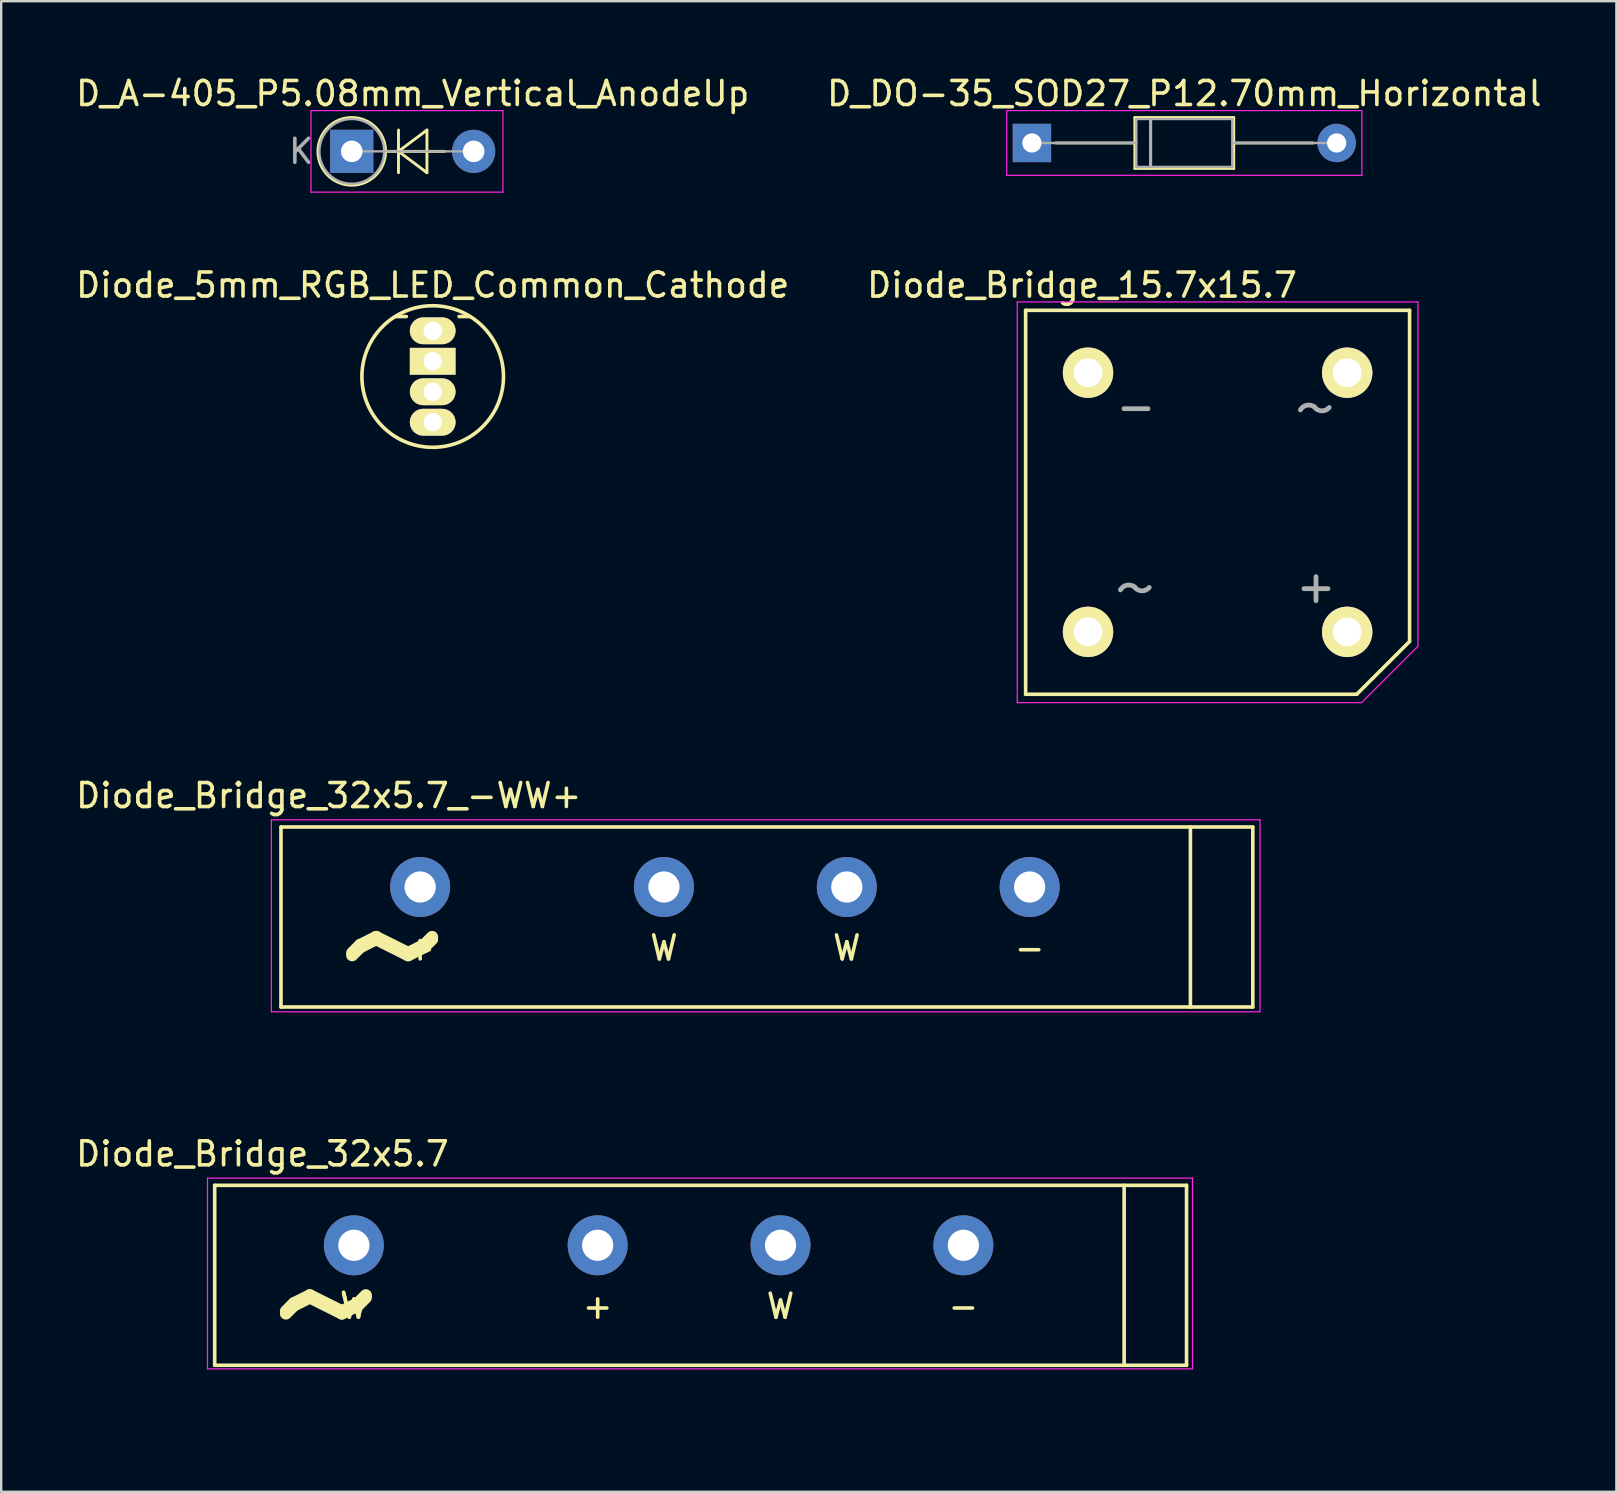
<source format=kicad_pcb>
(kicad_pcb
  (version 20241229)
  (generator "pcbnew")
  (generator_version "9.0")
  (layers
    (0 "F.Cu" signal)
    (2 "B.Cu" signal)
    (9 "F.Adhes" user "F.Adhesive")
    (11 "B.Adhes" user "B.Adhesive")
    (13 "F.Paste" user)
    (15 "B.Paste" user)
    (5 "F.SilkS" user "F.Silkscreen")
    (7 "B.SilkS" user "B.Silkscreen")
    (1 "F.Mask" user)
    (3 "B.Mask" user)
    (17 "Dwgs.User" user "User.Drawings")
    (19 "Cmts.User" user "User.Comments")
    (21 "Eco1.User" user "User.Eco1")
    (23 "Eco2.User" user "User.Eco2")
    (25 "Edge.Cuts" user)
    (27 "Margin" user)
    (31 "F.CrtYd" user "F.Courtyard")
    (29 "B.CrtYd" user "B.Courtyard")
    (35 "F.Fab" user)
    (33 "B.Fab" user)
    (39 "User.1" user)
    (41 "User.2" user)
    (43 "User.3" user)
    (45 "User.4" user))
  (footprint "Diode_Bridge_32x5.7_-WW+"
    (layer "F.Cu")
    (at 39.859 33.915)
    (property "Reference" "Diode_Bridge_32x5.7_-WW+" (at -29.21 -3.81 0) (layer "F.SilkS") (effects (font (size 1 1) (thickness 0.15))))
    (attr through_hole)
    (fp_line (start -31.2 -2.5) (end 9.3 -2.5) (stroke (width 0.15) (type solid)) (layer "F.SilkS"))
    (fp_line (start -31.2 5) (end -31.2 -2.5) (stroke (width 0.15) (type solid)) (layer "F.SilkS"))
    (fp_line (start 6.7 -2.5) (end 6.7 5) (stroke (width 0.15) (type solid)) (layer "F.SilkS"))
    (fp_line (start 9.3 -2.5) (end 9.3 5) (stroke (width 0.15) (type solid)) (layer "F.SilkS"))
    (fp_line (start 9.3 5) (end -31.2 5) (stroke (width 0.15) (type solid)) (layer "F.SilkS"))
    (fp_line (start -31.6 -2.8) (end 9.6 -2.8) (stroke (width 0.05) (type solid)) (layer "F.CrtYd"))
    (fp_line (start -31.6 5.2) (end -31.6 -2.8) (stroke (width 0.05) (type solid)) (layer "F.CrtYd"))
    (fp_line (start 9.6 -2.8) (end 9.6 5.2) (stroke (width 0.05) (type solid)) (layer "F.CrtYd"))
    (fp_line (start 9.6 5.2) (end -31.6 5.2) (stroke (width 0.05) (type solid)) (layer "F.CrtYd"))
    (fp_text user "W" (at -7.62 2.54 0) (layer "F.SilkS") (effects (font (size 1 1) (thickness 0.15))))
    (fp_text user "-" (at 0 2.54 0) (layer "F.SilkS") (effects (font (size 1 1) (thickness 0.15))))
    (fp_text user "W" (at -15.24 2.54 0) (layer "F.SilkS") (effects (font (size 1 1) (thickness 0.15))))
    (fp_text user "+" (at -25.4 2.54 0) (layer "F.SilkS") (effects (font (size 1 1) (thickness 0.15))))
    (fp_text user "~" (at -26.4 2.3 0) (layer "F.SilkS") (effects (font (size 7 7) (thickness 0.5))))
    (fp_text user "~" (at -26.4 2.2 0) (layer "F.SilkS") (effects (font (size 7 7) (thickness 0.5))))
    (pad "1" thru_hole circle (at 0 0) (size 2.5 2.5) (drill 1.3) (layers "*.Cu" "*.Mask"))
    (pad "2" thru_hole circle (at -15.24 0) (size 2.5 2.5) (drill 1.3) (layers "*.Cu" "*.Mask"))
    (pad "3" thru_hole circle (at -25.4 0) (size 2.5 2.5) (drill 1.3) (layers "*.Cu" "*.Mask"))
    (pad "4" thru_hole circle (at -7.62 0) (size 2.5 2.5) (drill 1.3) (layers "*.Cu" "*.Mask")))
  (footprint "Diode_Bridge_15.7x15.7"
    (layer "F.Cu")
    (at 42.292 12.482)
    (property "Reference" "Diode_Bridge_15.7x15.7" (at -0.25 -3.65 0) (layer "F.SilkS") (effects (font (size 1 1) (thickness 0.15))))
    (attr through_hole)
    (fp_line (start -2.6 -2.6) (end 13.4 -2.6) (stroke (width 0.15) (type solid)) (layer "F.SilkS"))
    (fp_line (start -2.6 13.4) (end -2.6 -2.6) (stroke (width 0.15) (type solid)) (layer "F.SilkS"))
    (fp_line (start 11.2 13.4) (end -2.6 13.4) (stroke (width 0.15) (type solid)) (layer "F.SilkS"))
    (fp_line (start 13.4 -2.6) (end 13.4 11.2) (stroke (width 0.15) (type solid)) (layer "F.SilkS"))
    (fp_line (start 13.4 11.2) (end 11.2 13.4) (stroke (width 0.15) (type solid)) (layer "F.SilkS"))
    (fp_line (start -2.95 -2.95) (end 13.75 -2.95) (stroke (width 0.05) (type solid)) (layer "F.CrtYd"))
    (fp_line (start -2.95 13.75) (end -2.95 -2.95) (stroke (width 0.05) (type solid)) (layer "F.CrtYd"))
    (fp_line (start 11.4 13.75) (end -2.95 13.75) (stroke (width 0.05) (type solid)) (layer "F.CrtYd"))
    (fp_line (start 13.75 -2.95) (end 13.75 11.4) (stroke (width 0.05) (type solid)) (layer "F.CrtYd"))
    (fp_line (start 13.75 11.4) (end 11.4 13.75) (stroke (width 0.05) (type solid)) (layer "F.CrtYd"))
    (fp_line (start 2.5 1.5) (end 1.5 1.5) (stroke (width 0.2) (type solid)) (layer "F.Fab"))
    (fp_line (start 9 9) (end 10 9) (stroke (width 0.2) (type solid)) (layer "F.Fab"))
    (fp_line (start 9.5 8.5) (end 9.5 9.5) (stroke (width 0.2) (type solid)) (layer "F.Fab"))
    (fp_arc (start 1.35 9.05) (mid 1.628233 8.853327) (end 1.957738 8.940047) (stroke (width 0.2) (type solid)) (layer "F.Fab"))
    (fp_arc (start 2.55 8.95) (mid 2.251325 9.09051) (end 1.951704 8.95203) (stroke (width 0.2) (type solid)) (layer "F.Fab"))
    (fp_arc (start 8.85 1.55) (mid 9.128233 1.353327) (end 9.457738 1.440047) (stroke (width 0.2) (type solid)) (layer "F.Fab"))
    (fp_arc (start 10.05 1.45) (mid 9.751325 1.59051) (end 9.451704 1.45203) (stroke (width 0.2) (type solid)) (layer "F.Fab"))
    (pad "1" thru_hole circle (at 0 0) (size 2.1 2.1) (drill 1.2) (layers "*.Cu" "*.Mask" "F.SilkS"))
    (pad "2" thru_hole circle (at 0 10.8) (size 2.1 2.1) (drill 1.2) (layers "*.Cu" "*.Mask" "F.SilkS"))
    (pad "3" thru_hole circle (at 10.8 10.8) (size 2.1 2.1) (drill 1.2) (layers "*.Cu" "*.Mask" "F.SilkS"))
    (pad "4" thru_hole circle (at 10.8 0) (size 2.1 2.1) (drill 1.2) (layers "*.Cu" "*.Mask" "F.SilkS")))
  (footprint "D_A-405_P5.08mm_Vertical_AnodeUp"
    (layer "F.Cu")
    (at 11.609 3.258)
    (property "Reference" "D_A-405_P5.08mm_Vertical_AnodeUp" (at 2.54 -2.41 0) (layer "F.SilkS") (effects (font (size 1 1) (thickness 0.15))))
    (attr through_hole)
    (fp_line (start 1.41 0) (end 3.88 0) (stroke (width 0.12) (type solid)) (layer "F.SilkS"))
    (fp_line (start 1.947 -0.889) (end 1.947 0.889) (stroke (width 0.12) (type solid)) (layer "F.SilkS"))
    (fp_line (start 1.947 0) (end 3.133 -0.889) (stroke (width 0.12) (type solid)) (layer "F.SilkS"))
    (fp_line (start 3.133 -0.889) (end 3.133 0.889) (stroke (width 0.12) (type solid)) (layer "F.SilkS"))
    (fp_line (start 3.133 0.889) (end 1.947 0) (stroke (width 0.12) (type solid)) (layer "F.SilkS"))
    (fp_circle (center 0 0) (end 1.41 0) (stroke (width 0.12) (type solid)) (fill no) (layer "F.SilkS"))
    (fp_line (start -1.7 -1.7) (end -1.7 1.7) (stroke (width 0.05) (type solid)) (layer "F.CrtYd"))
    (fp_line (start -1.7 1.7) (end 6.3 1.7) (stroke (width 0.05) (type solid)) (layer "F.CrtYd"))
    (fp_line (start 6.3 -1.7) (end -1.7 -1.7) (stroke (width 0.05) (type solid)) (layer "F.CrtYd"))
    (fp_line (start 6.3 1.7) (end 6.3 -1.7) (stroke (width 0.05) (type solid)) (layer "F.CrtYd"))
    (fp_line (start 0 0) (end 5.08 0) (stroke (width 0.1) (type solid)) (layer "F.Fab"))
    (fp_circle (center 0 0) (end 1.35 0) (stroke (width 0.1) (type solid)) (fill no) (layer "F.Fab"))
    (fp_text user "K" (at -2.11 0 0) (layer "F.Fab") (effects (font (size 1 1) (thickness 0.15))))
    (pad "1" thru_hole rect (at 0 0) (size 1.8 1.8) (drill 0.9) (layers "*.Cu" "*.Mask"))
    (pad "2" thru_hole oval (at 5.08 0) (size 1.8 1.8) (drill 0.9) (layers "*.Cu" "*.Mask")))
  (footprint "D_DO-35_SOD27_P12.70mm_Horizontal"
    (layer "F.Cu")
    (at 39.954 2.908)
    (property "Reference" "D_DO-35_SOD27_P12.70mm_Horizontal" (at 6.35 -2.06 0) (layer "F.SilkS") (effects (font (size 1 1) (thickness 0.15))))
    (attr through_hole)
    (fp_line (start 0.98 0) (end 4.29 0) (stroke (width 0.12) (type solid)) (layer "F.SilkS"))
    (fp_line (start 4.29 -1.06) (end 4.29 1.06) (stroke (width 0.12) (type solid)) (layer "F.SilkS"))
    (fp_line (start 4.29 1.06) (end 8.41 1.06) (stroke (width 0.12) (type solid)) (layer "F.SilkS"))
    (fp_line (start 4.95 -1.06) (end 4.95 1.06) (stroke (width 0.12) (type solid)) (layer "F.SilkS"))
    (fp_line (start 8.41 -1.06) (end 4.29 -1.06) (stroke (width 0.12) (type solid)) (layer "F.SilkS"))
    (fp_line (start 8.41 1.06) (end 8.41 -1.06) (stroke (width 0.12) (type solid)) (layer "F.SilkS"))
    (fp_line (start 11.72 0) (end 8.41 0) (stroke (width 0.12) (type solid)) (layer "F.SilkS"))
    (fp_line (start -1.05 -1.35) (end -1.05 1.35) (stroke (width 0.05) (type solid)) (layer "F.CrtYd"))
    (fp_line (start -1.05 1.35) (end 13.75 1.35) (stroke (width 0.05) (type solid)) (layer "F.CrtYd"))
    (fp_line (start 13.75 -1.35) (end -1.05 -1.35) (stroke (width 0.05) (type solid)) (layer "F.CrtYd"))
    (fp_line (start 13.75 1.35) (end 13.75 -1.35) (stroke (width 0.05) (type solid)) (layer "F.CrtYd"))
    (fp_line (start 0 0) (end 4.35 0) (stroke (width 0.1) (type solid)) (layer "F.Fab"))
    (fp_line (start 4.35 -1) (end 4.35 1) (stroke (width 0.1) (type solid)) (layer "F.Fab"))
    (fp_line (start 4.35 1) (end 8.35 1) (stroke (width 0.1) (type solid)) (layer "F.Fab"))
    (fp_line (start 4.95 -1) (end 4.95 1) (stroke (width 0.1) (type solid)) (layer "F.Fab"))
    (fp_line (start 8.35 -1) (end 4.35 -1) (stroke (width 0.1) (type solid)) (layer "F.Fab"))
    (fp_line (start 8.35 1) (end 8.35 -1) (stroke (width 0.1) (type solid)) (layer "F.Fab"))
    (fp_line (start 12.7 0) (end 8.35 0) (stroke (width 0.1) (type solid)) (layer "F.Fab"))
    (pad "1" thru_hole rect (at 0 0) (size 1.6 1.6) (drill 0.8) (layers "*.Cu" "*.Mask"))
    (pad "2" thru_hole oval (at 12.7 0) (size 1.6 1.6) (drill 0.8) (layers "*.Cu" "*.Mask")))
  (footprint "Diode_Bridge_32x5.7"
    (layer "F.Cu")
    (at 37.097 48.846)
    (property "Reference" "Diode_Bridge_32x5.7" (at -29.21 -3.81 0) (layer "F.SilkS") (effects (font (size 1 1) (thickness 0.15))))
    (attr through_hole)
    (fp_line (start -31.2 -2.5) (end 9.3 -2.5) (stroke (width 0.15) (type solid)) (layer "F.SilkS"))
    (fp_line (start -31.2 5) (end -31.2 -2.5) (stroke (width 0.15) (type solid)) (layer "F.SilkS"))
    (fp_line (start 6.7 -2.5) (end 6.7 5) (stroke (width 0.15) (type solid)) (layer "F.SilkS"))
    (fp_line (start 9.3 -2.5) (end 9.3 5) (stroke (width 0.15) (type solid)) (layer "F.SilkS"))
    (fp_line (start 9.3 5) (end -31.2 5) (stroke (width 0.15) (type solid)) (layer "F.SilkS"))
    (fp_line (start -31.5 -2.8) (end 9.55 -2.8) (stroke (width 0.05) (type solid)) (layer "F.CrtYd"))
    (fp_line (start -31.5 5.15) (end -31.5 -2.8) (stroke (width 0.05) (type solid)) (layer "F.CrtYd"))
    (fp_line (start 9.55 -2.8) (end 9.55 5.15) (stroke (width 0.05) (type solid)) (layer "F.CrtYd"))
    (fp_line (start 9.55 5.15) (end -31.5 5.15) (stroke (width 0.05) (type solid)) (layer "F.CrtYd"))
    (fp_text user "W" (at -25.4 2.54 0) (layer "F.SilkS") (effects (font (size 1 1) (thickness 0.15))))
    (fp_text user "-" (at 0 2.54 0) (layer "F.SilkS") (effects (font (size 1 1) (thickness 0.15))))
    (fp_text user "W" (at -25.4 2.5 0) (layer "F.SilkS") (effects (font (size 1 1) (thickness 0.15))))
    (fp_text user "~" (at -26.4 2.3 0) (layer "F.SilkS") (effects (font (size 7 7) (thickness 0.5))))
    (fp_text user "W" (at -7.62 2.54 0) (layer "F.SilkS") (effects (font (size 1 1) (thickness 0.15))))
    (fp_text user "~" (at -26.4 2.2 0) (layer "F.SilkS") (effects (font (size 7 7) (thickness 0.5))))
    (fp_text user "+" (at -15.24 2.54 0) (layer "F.SilkS") (effects (font (size 1 1) (thickness 0.15))))
    (pad "1" thru_hole circle (at 0 0) (size 2.5 2.5) (drill 1.3) (layers "*.Cu" "*.Mask"))
    (pad "2" thru_hole circle (at -25.4 0) (size 2.5 2.5) (drill 1.3) (layers "*.Cu" "*.Mask"))
    (pad "3" thru_hole circle (at -15.24 0) (size 2.5 2.5) (drill 1.3) (layers "*.Cu" "*.Mask"))
    (pad "4" thru_hole circle (at -7.62 0) (size 2.5 2.5) (drill 1.3) (layers "*.Cu" "*.Mask")))
  (footprint "Diode_5mm_RGB_LED_Common_Cathode"
    (layer "F.Cu")
    (at 14.982 10.736)
    (property "Reference" "Diode_5mm_RGB_LED_Common_Cathode" (at 0 -1.905 0) (layer "F.SilkS") (effects (font (size 1 1) (thickness 0.15))))
    (attr through_hole)
    (fp_line (start -1.1 -0.595) (end -1.55 -0.595) (stroke (width 0.15) (type solid)) (layer "F.SilkS"))
    (fp_line (start 1.1 -0.595) (end 1.55 -0.595) (stroke (width 0.15) (type solid)) (layer "F.SilkS"))
    (fp_circle (center 0 1.905) (end 2.95 1.905) (stroke (width 0.15) (type solid)) (fill no) (layer "F.SilkS"))
    (pad "1" thru_hole oval (at 0 0) (size 1.905 1.118) (drill 0.762) (layers "*.Cu" "*.Mask" "F.SilkS"))
    (pad "2" thru_hole rect (at 0 1.27) (size 1.905 1.118) (drill 0.762) (layers "*.Cu" "*.Mask" "F.SilkS"))
    (pad "3" thru_hole oval (at 0 2.54) (size 1.905 1.118) (drill 0.762) (layers "*.Cu" "*.Mask" "F.SilkS"))
    (pad "4" thru_hole oval (at 0 3.81) (size 1.905 1.118) (drill 0.762) (layers "*.Cu" "*.Mask" "F.SilkS")))
  (gr_rect
    (start -3 -3)
    (end 64.31 59.118)
    (stroke (width 0.1) (type default))
    (fill no)
    (layer "Edge.Cuts")))
</source>
